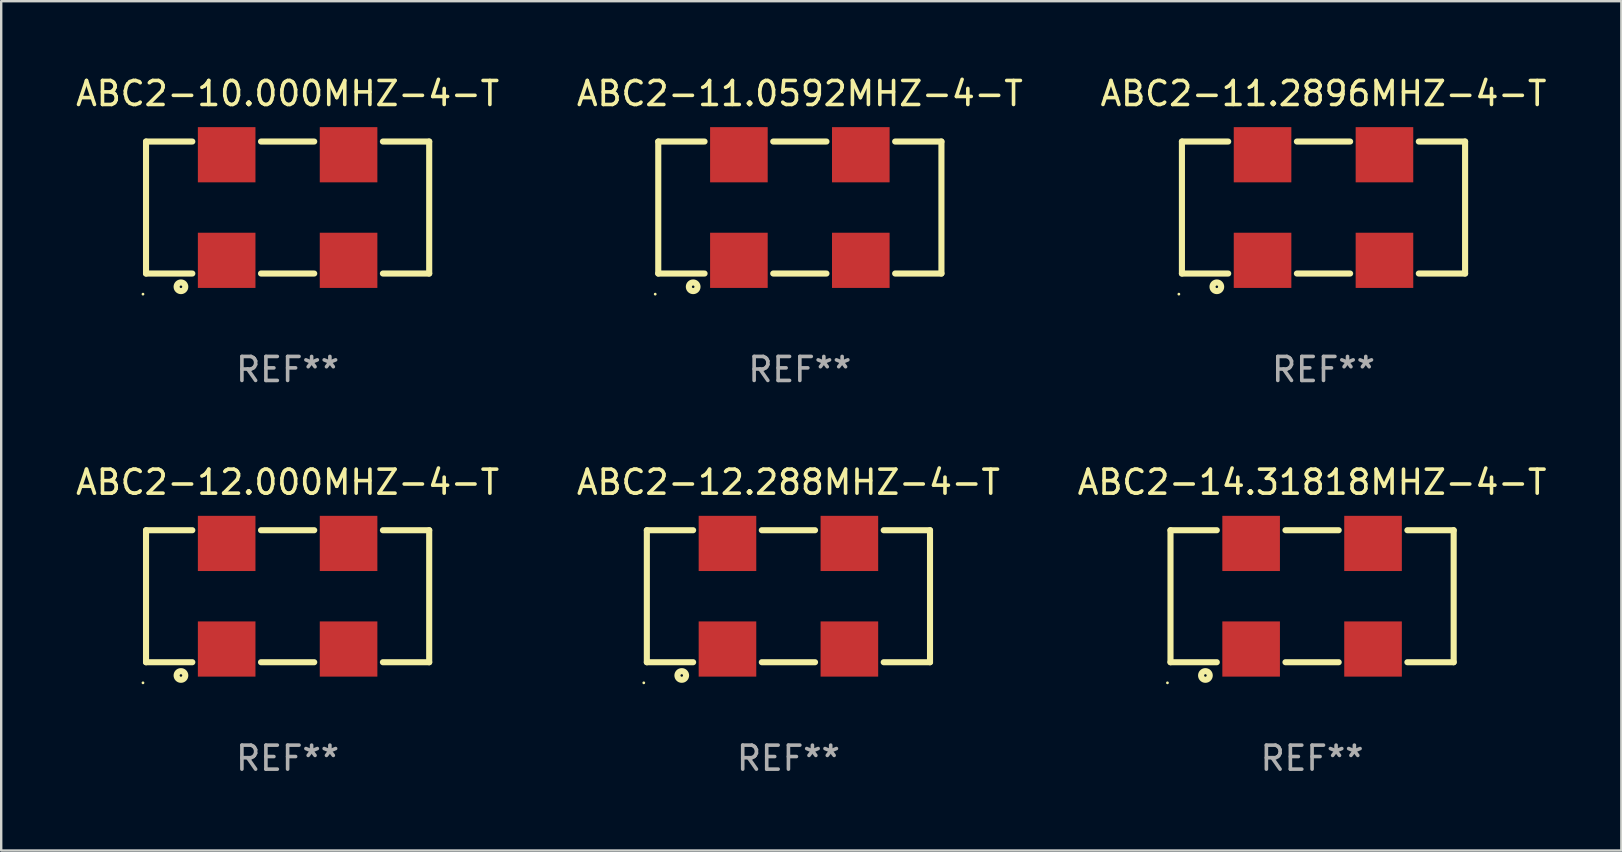
<source format=kicad_pcb>
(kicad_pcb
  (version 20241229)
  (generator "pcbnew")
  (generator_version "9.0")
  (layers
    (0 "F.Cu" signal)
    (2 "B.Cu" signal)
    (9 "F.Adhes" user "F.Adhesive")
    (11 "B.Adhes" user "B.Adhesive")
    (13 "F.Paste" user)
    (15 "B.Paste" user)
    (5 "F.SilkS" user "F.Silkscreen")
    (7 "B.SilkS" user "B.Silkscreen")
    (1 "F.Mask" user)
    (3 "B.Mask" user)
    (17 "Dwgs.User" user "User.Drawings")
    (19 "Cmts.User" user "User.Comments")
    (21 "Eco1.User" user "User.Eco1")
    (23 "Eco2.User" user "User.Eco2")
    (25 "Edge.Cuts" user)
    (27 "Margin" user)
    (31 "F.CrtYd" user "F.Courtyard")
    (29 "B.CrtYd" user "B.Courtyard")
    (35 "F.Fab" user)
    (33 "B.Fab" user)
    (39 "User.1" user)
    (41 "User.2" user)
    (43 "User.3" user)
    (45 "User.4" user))
  (footprint "ABC2-11.0592MHZ-4-T"
    (layer "F.Cu")
    (at 30.28 5.598)
    (property "Reference" "ABC2-11.0592MHZ-4-T" (at 0 -4.75 0) (layer "F.SilkS") (effects (font (size 1 1) (thickness 0.15))))
    (attr through_hole)
    (fp_line (start -5.9 -2.75) (end -5.9 2.75) (stroke (width 0.254) (type solid)) (layer "F.SilkS"))
    (fp_line (start -5.9 -2.75) (end -3.971 -2.75) (stroke (width 0.254) (type solid)) (layer "F.SilkS"))
    (fp_line (start -5.9 2.75) (end -3.971 2.75) (stroke (width 0.254) (type solid)) (layer "F.SilkS"))
    (fp_line (start -1.109 -2.75) (end 1.109 -2.75) (stroke (width 0.254) (type solid)) (layer "F.SilkS"))
    (fp_line (start -1.109 2.75) (end 1.109 2.75) (stroke (width 0.254) (type solid)) (layer "F.SilkS"))
    (fp_line (start 3.971 -2.75) (end 5.9 -2.75) (stroke (width 0.254) (type solid)) (layer "F.SilkS"))
    (fp_line (start 3.971 2.75) (end 5.9 2.75) (stroke (width 0.254) (type solid)) (layer "F.SilkS"))
    (fp_line (start 5.9 -2.75) (end 5.9 2.75) (stroke (width 0.254) (type solid)) (layer "F.SilkS"))
    (fp_circle (center -6.027 3.609) (end -5.997 3.609) (stroke (width 0.06) (type solid)) (fill no) (layer "F.SilkS"))
    (fp_circle (center -4.445 3.302) (end -4.265 3.302) (stroke (width 0.254) (type solid)) (fill no) (layer "F.SilkS"))
    (fp_text user "REF**" (at 0 6.75 0) (layer "F.Fab") (effects (font (size 1 1) (thickness 0.15))))
    (pad "1" smd rect (at -2.54 2.2) (size 2.4 2.3) (layers "F.Cu" "F.Mask" "F.Paste"))
    (pad "2" smd rect (at 2.54 2.2) (size 2.4 2.3) (layers "F.Cu" "F.Mask" "F.Paste"))
    (pad "3" smd rect (at 2.54 -2.2) (size 2.4 2.3) (layers "F.Cu" "F.Mask" "F.Paste"))
    (pad "4" smd rect (at -2.54 -2.2) (size 2.4 2.3) (layers "F.Cu" "F.Mask" "F.Paste")))
  (footprint "ABC2-12.288MHZ-4-T"
    (layer "F.Cu")
    (at 29.804 21.795)
    (property "Reference" "ABC2-12.288MHZ-4-T" (at 0 -4.75 0) (layer "F.SilkS") (effects (font (size 1 1) (thickness 0.15))))
    (attr through_hole)
    (fp_line (start -5.9 -2.75) (end -5.9 2.75) (stroke (width 0.254) (type solid)) (layer "F.SilkS"))
    (fp_line (start -5.9 -2.75) (end -3.971 -2.75) (stroke (width 0.254) (type solid)) (layer "F.SilkS"))
    (fp_line (start -5.9 2.75) (end -3.971 2.75) (stroke (width 0.254) (type solid)) (layer "F.SilkS"))
    (fp_line (start -1.109 -2.75) (end 1.109 -2.75) (stroke (width 0.254) (type solid)) (layer "F.SilkS"))
    (fp_line (start -1.109 2.75) (end 1.109 2.75) (stroke (width 0.254) (type solid)) (layer "F.SilkS"))
    (fp_line (start 3.971 -2.75) (end 5.9 -2.75) (stroke (width 0.254) (type solid)) (layer "F.SilkS"))
    (fp_line (start 3.971 2.75) (end 5.9 2.75) (stroke (width 0.254) (type solid)) (layer "F.SilkS"))
    (fp_line (start 5.9 -2.75) (end 5.9 2.75) (stroke (width 0.254) (type solid)) (layer "F.SilkS"))
    (fp_circle (center -6.027 3.609) (end -5.997 3.609) (stroke (width 0.06) (type solid)) (fill no) (layer "F.SilkS"))
    (fp_circle (center -4.445 3.302) (end -4.265 3.302) (stroke (width 0.254) (type solid)) (fill no) (layer "F.SilkS"))
    (fp_text user "REF**" (at 0 6.75 0) (layer "F.Fab") (effects (font (size 1 1) (thickness 0.15))))
    (pad "1" smd rect (at -2.54 2.2) (size 2.4 2.3) (layers "F.Cu" "F.Mask" "F.Paste"))
    (pad "2" smd rect (at 2.54 2.2) (size 2.4 2.3) (layers "F.Cu" "F.Mask" "F.Paste"))
    (pad "3" smd rect (at 2.54 -2.2) (size 2.4 2.3) (layers "F.Cu" "F.Mask" "F.Paste"))
    (pad "4" smd rect (at -2.54 -2.2) (size 2.4 2.3) (layers "F.Cu" "F.Mask" "F.Paste")))
  (footprint "ABC2-14.31818MHZ-4-T"
    (layer "F.Cu")
    (at 51.625 21.795)
    (property "Reference" "ABC2-14.31818MHZ-4-T" (at 0 -4.75 0) (layer "F.SilkS") (effects (font (size 1 1) (thickness 0.15))))
    (attr through_hole)
    (fp_line (start -5.9 -2.75) (end -5.9 2.75) (stroke (width 0.254) (type solid)) (layer "F.SilkS"))
    (fp_line (start -5.9 -2.75) (end -3.971 -2.75) (stroke (width 0.254) (type solid)) (layer "F.SilkS"))
    (fp_line (start -5.9 2.75) (end -3.971 2.75) (stroke (width 0.254) (type solid)) (layer "F.SilkS"))
    (fp_line (start -1.109 -2.75) (end 1.109 -2.75) (stroke (width 0.254) (type solid)) (layer "F.SilkS"))
    (fp_line (start -1.109 2.75) (end 1.109 2.75) (stroke (width 0.254) (type solid)) (layer "F.SilkS"))
    (fp_line (start 3.971 -2.75) (end 5.9 -2.75) (stroke (width 0.254) (type solid)) (layer "F.SilkS"))
    (fp_line (start 3.971 2.75) (end 5.9 2.75) (stroke (width 0.254) (type solid)) (layer "F.SilkS"))
    (fp_line (start 5.9 -2.75) (end 5.9 2.75) (stroke (width 0.254) (type solid)) (layer "F.SilkS"))
    (fp_circle (center -6.027 3.609) (end -5.997 3.609) (stroke (width 0.06) (type solid)) (fill no) (layer "F.SilkS"))
    (fp_circle (center -4.445 3.302) (end -4.265 3.302) (stroke (width 0.254) (type solid)) (fill no) (layer "F.SilkS"))
    (fp_text user "REF**" (at 0 6.75 0) (layer "F.Fab") (effects (font (size 1 1) (thickness 0.15))))
    (pad "1" smd rect (at -2.54 2.2) (size 2.4 2.3) (layers "F.Cu" "F.Mask" "F.Paste"))
    (pad "2" smd rect (at 2.54 2.2) (size 2.4 2.3) (layers "F.Cu" "F.Mask" "F.Paste"))
    (pad "3" smd rect (at 2.54 -2.2) (size 2.4 2.3) (layers "F.Cu" "F.Mask" "F.Paste"))
    (pad "4" smd rect (at -2.54 -2.2) (size 2.4 2.3) (layers "F.Cu" "F.Mask" "F.Paste")))
  (footprint "ABC2-11.2896MHZ-4-T"
    (layer "F.Cu")
    (at 52.101 5.598)
    (property "Reference" "ABC2-11.2896MHZ-4-T" (at 0 -4.75 0) (layer "F.SilkS") (effects (font (size 1 1) (thickness 0.15))))
    (attr through_hole)
    (fp_line (start -5.9 -2.75) (end -5.9 2.75) (stroke (width 0.254) (type solid)) (layer "F.SilkS"))
    (fp_line (start -5.9 -2.75) (end -3.971 -2.75) (stroke (width 0.254) (type solid)) (layer "F.SilkS"))
    (fp_line (start -5.9 2.75) (end -3.971 2.75) (stroke (width 0.254) (type solid)) (layer "F.SilkS"))
    (fp_line (start -1.109 -2.75) (end 1.109 -2.75) (stroke (width 0.254) (type solid)) (layer "F.SilkS"))
    (fp_line (start -1.109 2.75) (end 1.109 2.75) (stroke (width 0.254) (type solid)) (layer "F.SilkS"))
    (fp_line (start 3.971 -2.75) (end 5.9 -2.75) (stroke (width 0.254) (type solid)) (layer "F.SilkS"))
    (fp_line (start 3.971 2.75) (end 5.9 2.75) (stroke (width 0.254) (type solid)) (layer "F.SilkS"))
    (fp_line (start 5.9 -2.75) (end 5.9 2.75) (stroke (width 0.254) (type solid)) (layer "F.SilkS"))
    (fp_circle (center -6.027 3.609) (end -5.997 3.609) (stroke (width 0.06) (type solid)) (fill no) (layer "F.SilkS"))
    (fp_circle (center -4.445 3.302) (end -4.265 3.302) (stroke (width 0.254) (type solid)) (fill no) (layer "F.SilkS"))
    (fp_text user "REF**" (at 0 6.75 0) (layer "F.Fab") (effects (font (size 1 1) (thickness 0.15))))
    (pad "1" smd rect (at -2.54 2.2) (size 2.4 2.3) (layers "F.Cu" "F.Mask" "F.Paste"))
    (pad "2" smd rect (at 2.54 2.2) (size 2.4 2.3) (layers "F.Cu" "F.Mask" "F.Paste"))
    (pad "3" smd rect (at 2.54 -2.2) (size 2.4 2.3) (layers "F.Cu" "F.Mask" "F.Paste"))
    (pad "4" smd rect (at -2.54 -2.2) (size 2.4 2.3) (layers "F.Cu" "F.Mask" "F.Paste")))
  (footprint "ABC2-10.000MHZ-4-T"
    (layer "F.Cu")
    (at 8.935 5.598)
    (property "Reference" "ABC2-10.000MHZ-4-T" (at 0 -4.75 0) (layer "F.SilkS") (effects (font (size 1 1) (thickness 0.15))))
    (attr through_hole)
    (fp_line (start -5.9 -2.75) (end -5.9 2.75) (stroke (width 0.254) (type solid)) (layer "F.SilkS"))
    (fp_line (start -5.9 -2.75) (end -3.971 -2.75) (stroke (width 0.254) (type solid)) (layer "F.SilkS"))
    (fp_line (start -5.9 2.75) (end -3.971 2.75) (stroke (width 0.254) (type solid)) (layer "F.SilkS"))
    (fp_line (start -1.109 -2.75) (end 1.109 -2.75) (stroke (width 0.254) (type solid)) (layer "F.SilkS"))
    (fp_line (start -1.109 2.75) (end 1.109 2.75) (stroke (width 0.254) (type solid)) (layer "F.SilkS"))
    (fp_line (start 3.971 -2.75) (end 5.9 -2.75) (stroke (width 0.254) (type solid)) (layer "F.SilkS"))
    (fp_line (start 3.971 2.75) (end 5.9 2.75) (stroke (width 0.254) (type solid)) (layer "F.SilkS"))
    (fp_line (start 5.9 -2.75) (end 5.9 2.75) (stroke (width 0.254) (type solid)) (layer "F.SilkS"))
    (fp_circle (center -6.027 3.609) (end -5.997 3.609) (stroke (width 0.06) (type solid)) (fill no) (layer "F.SilkS"))
    (fp_circle (center -4.445 3.302) (end -4.265 3.302) (stroke (width 0.254) (type solid)) (fill no) (layer "F.SilkS"))
    (fp_text user "REF**" (at 0 6.75 0) (layer "F.Fab") (effects (font (size 1 1) (thickness 0.15))))
    (pad "1" smd rect (at -2.54 2.2) (size 2.4 2.3) (layers "F.Cu" "F.Mask" "F.Paste"))
    (pad "2" smd rect (at 2.54 2.2) (size 2.4 2.3) (layers "F.Cu" "F.Mask" "F.Paste"))
    (pad "3" smd rect (at 2.54 -2.2) (size 2.4 2.3) (layers "F.Cu" "F.Mask" "F.Paste"))
    (pad "4" smd rect (at -2.54 -2.2) (size 2.4 2.3) (layers "F.Cu" "F.Mask" "F.Paste")))
  (footprint "ABC2-12.000MHZ-4-T"
    (layer "F.Cu")
    (at 8.935 21.795)
    (property "Reference" "ABC2-12.000MHZ-4-T" (at 0 -4.75 0) (layer "F.SilkS") (effects (font (size 1 1) (thickness 0.15))))
    (attr through_hole)
    (fp_line (start -5.9 -2.75) (end -5.9 2.75) (stroke (width 0.254) (type solid)) (layer "F.SilkS"))
    (fp_line (start -5.9 -2.75) (end -3.971 -2.75) (stroke (width 0.254) (type solid)) (layer "F.SilkS"))
    (fp_line (start -5.9 2.75) (end -3.971 2.75) (stroke (width 0.254) (type solid)) (layer "F.SilkS"))
    (fp_line (start -1.109 -2.75) (end 1.109 -2.75) (stroke (width 0.254) (type solid)) (layer "F.SilkS"))
    (fp_line (start -1.109 2.75) (end 1.109 2.75) (stroke (width 0.254) (type solid)) (layer "F.SilkS"))
    (fp_line (start 3.971 -2.75) (end 5.9 -2.75) (stroke (width 0.254) (type solid)) (layer "F.SilkS"))
    (fp_line (start 3.971 2.75) (end 5.9 2.75) (stroke (width 0.254) (type solid)) (layer "F.SilkS"))
    (fp_line (start 5.9 -2.75) (end 5.9 2.75) (stroke (width 0.254) (type solid)) (layer "F.SilkS"))
    (fp_circle (center -6.027 3.609) (end -5.997 3.609) (stroke (width 0.06) (type solid)) (fill no) (layer "F.SilkS"))
    (fp_circle (center -4.445 3.302) (end -4.265 3.302) (stroke (width 0.254) (type solid)) (fill no) (layer "F.SilkS"))
    (fp_text user "REF**" (at 0 6.75 0) (layer "F.Fab") (effects (font (size 1 1) (thickness 0.15))))
    (pad "1" smd rect (at -2.54 2.2) (size 2.4 2.3) (layers "F.Cu" "F.Mask" "F.Paste"))
    (pad "2" smd rect (at 2.54 2.2) (size 2.4 2.3) (layers "F.Cu" "F.Mask" "F.Paste"))
    (pad "3" smd rect (at 2.54 -2.2) (size 2.4 2.3) (layers "F.Cu" "F.Mask" "F.Paste"))
    (pad "4" smd rect (at -2.54 -2.2) (size 2.4 2.3) (layers "F.Cu" "F.Mask" "F.Paste")))
  (gr_rect
    (start -3 -3)
    (end 64.512 32.393)
    (stroke (width 0.1) (type default))
    (fill no)
    (layer "Edge.Cuts")))
</source>
